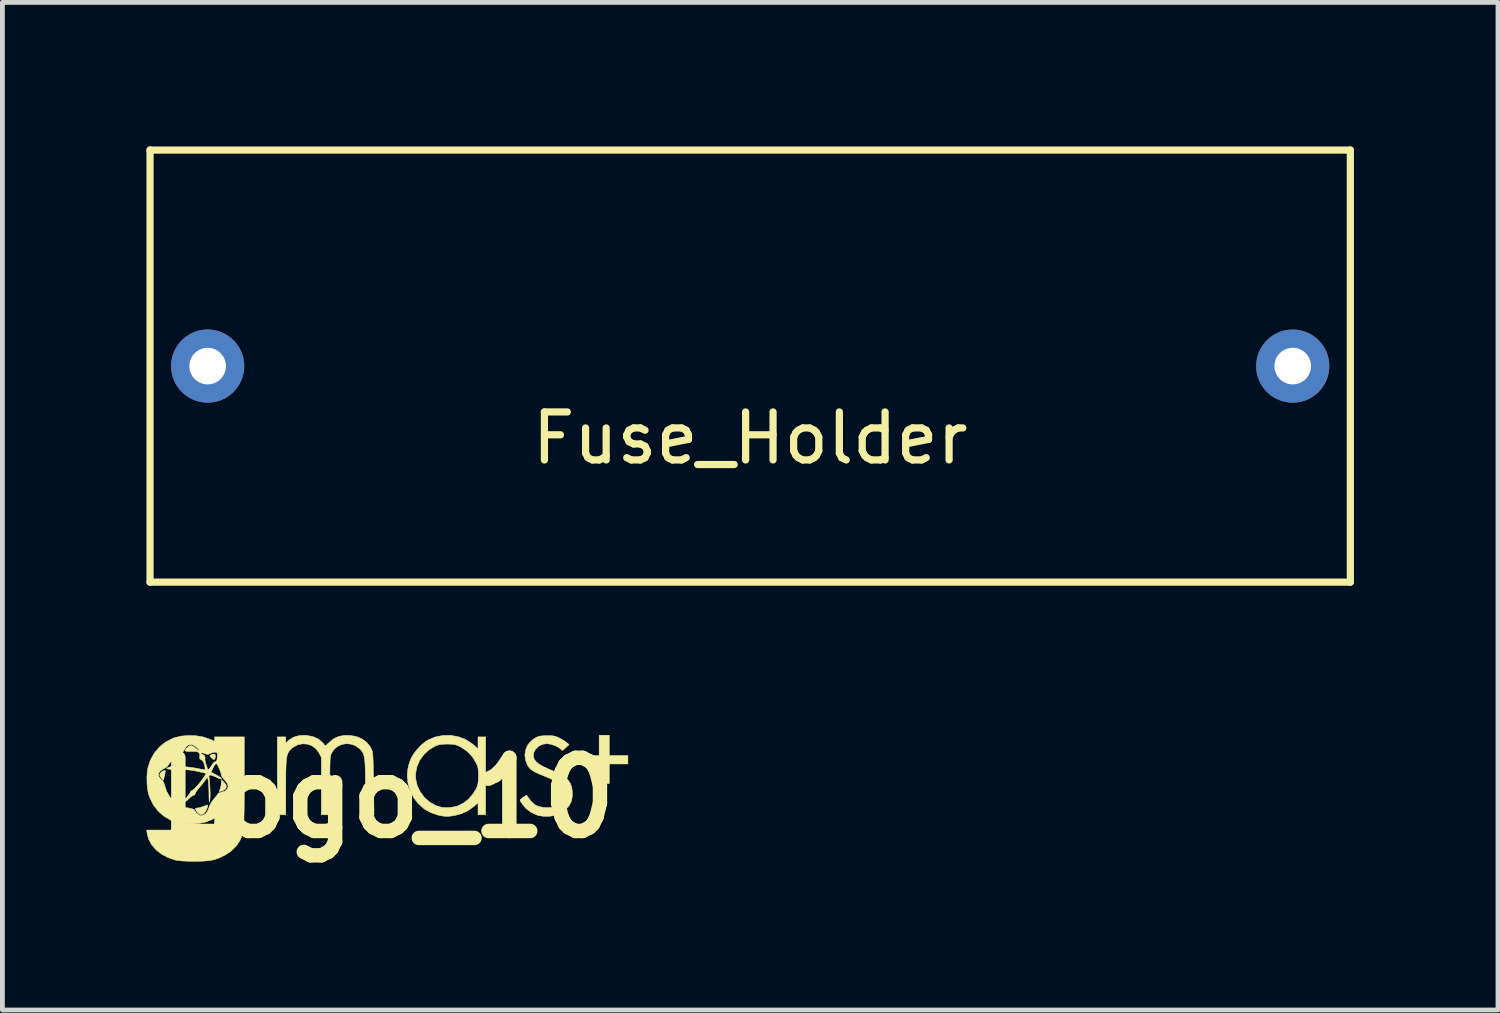
<source format=kicad_pcb>
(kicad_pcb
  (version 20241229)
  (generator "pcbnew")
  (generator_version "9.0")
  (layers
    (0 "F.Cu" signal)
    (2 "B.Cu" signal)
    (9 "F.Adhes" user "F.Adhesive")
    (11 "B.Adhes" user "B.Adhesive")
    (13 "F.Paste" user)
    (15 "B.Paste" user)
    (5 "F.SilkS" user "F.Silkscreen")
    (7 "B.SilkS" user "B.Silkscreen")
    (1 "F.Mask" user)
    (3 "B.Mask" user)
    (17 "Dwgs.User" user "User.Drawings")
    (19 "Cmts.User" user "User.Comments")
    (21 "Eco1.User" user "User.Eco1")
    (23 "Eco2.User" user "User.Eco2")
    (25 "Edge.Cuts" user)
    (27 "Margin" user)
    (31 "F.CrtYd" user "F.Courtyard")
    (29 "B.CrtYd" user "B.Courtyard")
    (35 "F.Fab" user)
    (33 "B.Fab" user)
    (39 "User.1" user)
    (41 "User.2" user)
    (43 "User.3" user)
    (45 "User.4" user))
  (footprint "Logo_10"
    (layer "F.Cu")
    (at 5.019 13.568)
    (property "Reference" "Logo_10" (at 0 0 0) (layer "F.SilkS") (effects (font (size 1.524 1.524) (thickness 0.3))))
    (attr through_hole)
    (fp_poly (pts (xy -3.589 -0.905) (xy -3.58 -0.868) (xy -3.591 -0.822) (xy -3.607 -0.798) (xy -3.628 -0.801) (xy -3.662 -0.831) (xy -3.667 -0.836) (xy -3.694 -0.866) (xy -3.696 -0.882) (xy -3.676 -0.896) (xy -3.672 -0.898) (xy -3.62 -0.915) (xy -3.589 -0.905)) (stroke (width 0.01) (type solid)) (fill yes) (layer "F.SilkS"))
    (fp_poly (pts (xy -3.404 -0.326) (xy -3.361 -0.271) (xy -3.353 -0.221) (xy -3.378 -0.179) (xy -3.437 -0.147) (xy -3.453 -0.142) (xy -3.505 -0.128) (xy -3.482 -0.192) (xy -3.466 -0.253) (xy -3.458 -0.313) (xy -3.458 -0.316) (xy -3.457 -0.377) (xy -3.404 -0.326)) (stroke (width 0.01) (type solid)) (fill yes) (layer "F.SilkS"))
    (fp_poly (pts (xy 4.621 -0.882) (xy 5.009 -0.882) (xy 5.009 -0.706) (xy 4.621 -0.706) (xy 4.621 -0.3) (xy 4.41 -0.3) (xy 4.41 -0.706) (xy 4.004 -0.706) (xy 4.004 -0.882) (xy 4.41 -0.882) (xy 4.41 -1.305) (xy 4.621 -1.305) (xy 4.621 -0.882)) (stroke (width 0.01) (type solid)) (fill yes) (layer "F.SilkS"))
    (fp_poly (pts (xy -4.626 -0.558) (xy -4.632 -0.517) (xy -4.632 -0.516) (xy -4.643 -0.46) (xy -4.654 -0.412) (xy -4.655 -0.409) (xy -4.666 -0.368) (xy -4.706 -0.41) (xy -4.733 -0.447) (xy -4.745 -0.479) (xy -4.745 -0.479) (xy -4.73 -0.514) (xy -4.692 -0.549) (xy -4.652 -0.57) (xy -4.632 -0.574) (xy -4.626 -0.558)) (stroke (width 0.01) (type solid)) (fill yes) (layer "F.SilkS"))
    (fp_poly (pts (xy -3.743 0.149) (xy -3.742 0.172) (xy -3.755 0.213) (xy -3.776 0.261) (xy -3.801 0.305) (xy -3.824 0.332) (xy -3.828 0.335) (xy -3.875 0.351) (xy -3.915 0.34) (xy -3.958 0.299) (xy -3.993 0.253) (xy -4.001 0.226) (xy -3.982 0.213) (xy -3.956 0.211) (xy -3.91 0.204) (xy -3.852 0.185) (xy -3.829 0.176) (xy -3.783 0.157) (xy -3.75 0.148) (xy -3.743 0.149)) (stroke (width 0.01) (type solid)) (fill yes) (layer "F.SilkS"))
    (fp_poly (pts (xy 1.475 -1.274) (xy 1.625 -1.217) (xy 1.76 -1.132) (xy 1.798 -1.1) (xy 1.887 -1.02) (xy 1.887 -1.27) (xy 2.046 -1.27) (xy 2.046 0.353) (xy 1.887 0.353) (xy 1.887 0.103) (xy 1.804 0.177) (xy 1.684 0.263) (xy 1.545 0.329) (xy 1.4 0.368) (xy 1.393 0.37) (xy 1.302 0.382) (xy 1.228 0.385) (xy 1.156 0.379) (xy 1.07 0.363) (xy 1.063 0.361) (xy 0.908 0.31) (xy 0.769 0.231) (xy 0.649 0.127) (xy 0.55 0.002) (xy 0.476 -0.139) (xy 0.43 -0.292) (xy 0.413 -0.454) (xy 0.417 -0.514) (xy 0.588 -0.514) (xy 0.589 -0.398) (xy 0.62 -0.258) (xy 0.682 -0.128) (xy 0.768 -0.012) (xy 0.876 0.084) (xy 0.999 0.156) (xy 1.118 0.194) (xy 1.204 0.203) (xy 1.306 0.199) (xy 1.407 0.184) (xy 1.465 0.167) (xy 1.584 0.108) (xy 1.695 0.02) (xy 1.789 -0.089) (xy 1.856 -0.204) (xy 1.876 -0.257) (xy 1.888 -0.312) (xy 1.894 -0.382) (xy 1.896 -0.459) (xy 1.895 -0.544) (xy 1.889 -0.606) (xy 1.878 -0.656) (xy 1.858 -0.707) (xy 1.849 -0.727) (xy 1.771 -0.854) (xy 1.667 -0.964) (xy 1.544 -1.05) (xy 1.519 -1.063) (xy 1.459 -1.091) (xy 1.409 -1.108) (xy 1.356 -1.117) (xy 1.288 -1.119) (xy 1.244 -1.12) (xy 1.154 -1.117) (xy 1.087 -1.109) (xy 1.031 -1.093) (xy 0.998 -1.08) (xy 0.869 -1.003) (xy 0.76 -0.903) (xy 0.675 -0.785) (xy 0.617 -0.653) (xy 0.588 -0.514) (xy 0.417 -0.514) (xy 0.423 -0.586) (xy 0.441 -0.672) (xy 0.469 -0.763) (xy 0.494 -0.826) (xy 0.548 -0.918) (xy 0.623 -1.014) (xy 0.709 -1.103) (xy 0.797 -1.175) (xy 0.844 -1.205) (xy 0.995 -1.268) (xy 1.154 -1.3) (xy 1.316 -1.302) (xy 1.475 -1.274)) (stroke (width 0.01) (type solid)) (fill yes) (layer "F.SilkS"))
    (fp_poly (pts (xy -1.682 -1.301) (xy -1.547 -1.275) (xy -1.433 -1.222) (xy -1.341 -1.141) (xy -1.296 -1.081) (xy -1.284 -1.09) (xy -1.252 -1.118) (xy -1.208 -1.159) (xy -1.203 -1.164) (xy -1.111 -1.236) (xy -1.011 -1.281) (xy -0.895 -1.302) (xy -0.782 -1.301) (xy -0.647 -1.278) (xy -0.528 -1.228) (xy -0.429 -1.154) (xy -0.354 -1.06) (xy -0.315 -0.974) (xy -0.308 -0.935) (xy -0.302 -0.863) (xy -0.297 -0.758) (xy -0.293 -0.62) (xy -0.289 -0.447) (xy -0.287 -0.278) (xy -0.279 0.353) (xy -0.459 0.353) (xy -0.459 -0.202) (xy -0.459 -0.379) (xy -0.46 -0.525) (xy -0.463 -0.644) (xy -0.468 -0.738) (xy -0.475 -0.812) (xy -0.486 -0.87) (xy -0.5 -0.916) (xy -0.518 -0.952) (xy -0.541 -0.984) (xy -0.569 -1.014) (xy -0.571 -1.017) (xy -0.658 -1.082) (xy -0.755 -1.119) (xy -0.857 -1.128) (xy -0.955 -1.111) (xy -1.045 -1.068) (xy -1.12 -1.001) (xy -1.166 -0.927) (xy -1.175 -0.905) (xy -1.182 -0.879) (xy -1.188 -0.846) (xy -1.192 -0.801) (xy -1.195 -0.74) (xy -1.197 -0.661) (xy -1.198 -0.558) (xy -1.199 -0.428) (xy -1.199 -0.266) (xy -1.199 -0.251) (xy -1.199 0.353) (xy -1.376 0.353) (xy -1.376 -0.843) (xy -1.425 -0.937) (xy -1.488 -1.023) (xy -1.571 -1.085) (xy -1.666 -1.119) (xy -1.768 -1.126) (xy -1.869 -1.105) (xy -1.964 -1.053) (xy -1.994 -1.029) (xy -2.025 -0.999) (xy -2.05 -0.969) (xy -2.071 -0.934) (xy -2.086 -0.891) (xy -2.098 -0.836) (xy -2.106 -0.765) (xy -2.111 -0.674) (xy -2.115 -0.56) (xy -2.116 -0.419) (xy -2.117 -0.247) (xy -2.117 -0.217) (xy -2.117 0.353) (xy -2.293 0.353) (xy -2.293 -1.27) (xy -2.117 -1.27) (xy -2.117 -1.142) (xy -2.049 -1.204) (xy -1.958 -1.263) (xy -1.844 -1.296) (xy -1.711 -1.303) (xy -1.682 -1.301)) (stroke (width 0.01) (type solid)) (fill yes) (layer "F.SilkS"))
    (fp_poly (pts (xy 3.407 -1.295) (xy 3.467 -1.289) (xy 3.516 -1.276) (xy 3.567 -1.254) (xy 3.581 -1.248) (xy 3.644 -1.213) (xy 3.702 -1.176) (xy 3.731 -1.155) (xy 3.784 -1.11) (xy 3.65 -0.987) (xy 3.592 -1.031) (xy 3.508 -1.081) (xy 3.412 -1.115) (xy 3.32 -1.129) (xy 3.318 -1.129) (xy 3.23 -1.115) (xy 3.152 -1.077) (xy 3.091 -1.021) (xy 3.051 -0.953) (xy 3.039 -0.878) (xy 3.042 -0.855) (xy 3.06 -0.801) (xy 3.097 -0.752) (xy 3.156 -0.704) (xy 3.241 -0.655) (xy 3.355 -0.602) (xy 3.406 -0.58) (xy 3.535 -0.523) (xy 3.635 -0.471) (xy 3.71 -0.419) (xy 3.766 -0.365) (xy 3.808 -0.305) (xy 3.814 -0.294) (xy 3.84 -0.216) (xy 3.852 -0.12) (xy 3.849 -0.02) (xy 3.832 0.069) (xy 3.829 0.077) (xy 3.785 0.161) (xy 3.715 0.242) (xy 3.628 0.31) (xy 3.591 0.331) (xy 3.495 0.365) (xy 3.382 0.383) (xy 3.263 0.385) (xy 3.152 0.369) (xy 3.11 0.356) (xy 2.985 0.297) (xy 2.88 0.215) (xy 2.792 0.104) (xy 2.763 0.058) (xy 2.769 0.035) (xy 2.805 0.003) (xy 2.825 -0.011) (xy 2.9 -0.058) (xy 2.927 -0.016) (xy 2.999 0.078) (xy 3.073 0.143) (xy 3.157 0.182) (xy 3.26 0.2) (xy 3.334 0.202) (xy 3.441 0.197) (xy 3.521 0.179) (xy 3.581 0.146) (xy 3.626 0.095) (xy 3.634 0.083) (xy 3.675 -0.014) (xy 3.68 -0.113) (xy 3.669 -0.165) (xy 3.646 -0.221) (xy 3.611 -0.269) (xy 3.558 -0.314) (xy 3.483 -0.359) (xy 3.382 -0.406) (xy 3.295 -0.442) (xy 3.182 -0.488) (xy 3.097 -0.526) (xy 3.035 -0.56) (xy 2.989 -0.592) (xy 2.955 -0.626) (xy 2.926 -0.667) (xy 2.919 -0.679) (xy 2.876 -0.784) (xy 2.863 -0.894) (xy 2.879 -1.002) (xy 2.922 -1.101) (xy 2.976 -1.167) (xy 3.044 -1.226) (xy 3.107 -1.264) (xy 3.176 -1.286) (xy 3.263 -1.295) (xy 3.325 -1.296) (xy 3.407 -1.295)) (stroke (width 0.01) (type solid)) (fill yes) (layer "F.SilkS"))
    (fp_poly (pts (xy -3.986 -1.294) (xy -3.837 -1.269) (xy -3.707 -1.225) (xy -3.706 -1.225) (xy -3.655 -1.202) (xy -3.618 -1.186) (xy -3.605 -1.182) (xy -3.6 -1.197) (xy -3.598 -1.226) (xy -3.598 -1.27) (xy -2.981 -1.27) (xy -2.981 -0.348) (xy -2.981 -0.127) (xy -2.982 0.062) (xy -2.983 0.222) (xy -2.986 0.357) (xy -2.989 0.468) (xy -2.994 0.56) (xy -3 0.635) (xy -3.009 0.697) (xy -3.019 0.749) (xy -3.032 0.794) (xy -3.047 0.834) (xy -3.065 0.874) (xy -3.075 0.895) (xy -3.15 1.005) (xy -3.252 1.105) (xy -3.378 1.191) (xy -3.52 1.259) (xy -3.635 1.294) (xy -3.711 1.307) (xy -3.812 1.316) (xy -3.93 1.321) (xy -4.056 1.322) (xy -4.179 1.319) (xy -4.29 1.313) (xy -4.381 1.302) (xy -4.417 1.295) (xy -4.568 1.245) (xy -4.703 1.173) (xy -4.818 1.083) (xy -4.909 0.979) (xy -4.972 0.864) (xy -5.003 0.75) (xy -5.014 0.67) (xy -4.361 0.67) (xy -4.331 0.716) (xy -4.28 0.765) (xy -4.203 0.802) (xy -4.11 0.827) (xy -4.007 0.837) (xy -3.904 0.832) (xy -3.809 0.811) (xy -3.765 0.793) (xy -3.694 0.746) (xy -3.645 0.683) (xy -3.615 0.597) (xy -3.603 0.519) (xy -3.593 0.42) (xy -3.668 0.458) (xy -3.78 0.501) (xy -3.915 0.53) (xy -4.06 0.544) (xy -4.206 0.542) (xy -4.342 0.523) (xy -4.353 0.52) (xy -4.513 0.465) (xy -4.657 0.38) (xy -4.781 0.269) (xy -4.882 0.135) (xy -4.955 -0.018) (xy -4.977 -0.084) (xy -4.997 -0.187) (xy -5.007 -0.31) (xy -5.009 -0.438) (xy -5.007 -0.459) (xy -4.768 -0.459) (xy -4.736 -0.408) (xy -4.708 -0.384) (xy -4.669 -0.341) (xy -4.643 -0.276) (xy -4.64 -0.259) (xy -4.598 -0.136) (xy -4.532 -0.021) (xy -4.45 0.07) (xy -4.409 0.108) (xy -4.382 0.136) (xy -4.374 0.146) (xy -4.389 0.159) (xy -4.421 0.165) (xy -4.453 0.162) (xy -4.466 0.154) (xy -4.477 0.147) (xy -4.48 0.166) (xy -4.476 0.185) (xy -4.458 0.193) (xy -4.417 0.19) (xy -4.399 0.188) (xy -4.352 0.186) (xy -4.289 0.19) (xy -4.217 0.199) (xy -4.146 0.21) (xy -4.085 0.223) (xy -4.04 0.236) (xy -4.022 0.248) (xy -4.022 0.248) (xy -4.011 0.269) (xy -3.985 0.305) (xy -3.976 0.316) (xy -3.921 0.36) (xy -3.862 0.37) (xy -3.804 0.346) (xy -3.784 0.328) (xy -3.754 0.287) (xy -3.726 0.228) (xy -3.715 0.195) (xy -3.672 0.1) (xy -3.608 0.015) (xy -3.567 -0.032) (xy -3.539 -0.07) (xy -3.528 -0.089) (xy -3.512 -0.102) (xy -3.474 -0.114) (xy -3.466 -0.116) (xy -3.385 -0.142) (xy -3.336 -0.184) (xy -3.318 -0.237) (xy -3.333 -0.299) (xy -3.383 -0.364) (xy -3.387 -0.368) (xy -3.426 -0.411) (xy -3.451 -0.448) (xy -3.457 -0.465) (xy -3.464 -0.503) (xy -3.482 -0.558) (xy -3.506 -0.618) (xy -3.53 -0.67) (xy -3.551 -0.703) (xy -3.554 -0.705) (xy -3.571 -0.712) (xy -3.589 -0.697) (xy -3.614 -0.656) (xy -3.624 -0.637) (xy -3.648 -0.587) (xy -3.665 -0.551) (xy -3.669 -0.539) (xy -3.654 -0.527) (xy -3.616 -0.504) (xy -3.563 -0.476) (xy -3.563 -0.476) (xy -3.51 -0.447) (xy -3.472 -0.421) (xy -3.457 -0.405) (xy -3.459 -0.393) (xy -3.467 -0.39) (xy -3.491 -0.398) (xy -3.536 -0.418) (xy -3.566 -0.432) (xy -3.64 -0.464) (xy -3.688 -0.476) (xy -3.713 -0.468) (xy -3.718 -0.442) (xy -3.715 -0.428) (xy -3.707 -0.37) (xy -3.7 -0.291) (xy -3.695 -0.2) (xy -3.692 -0.109) (xy -3.692 -0.026) (xy -3.696 0.037) (xy -3.699 0.062) (xy -3.706 0.084) (xy -3.71 0.081) (xy -3.714 0.052) (xy -3.716 -0.008) (xy -3.717 -0.097) (xy -3.719 -0.188) (xy -3.723 -0.271) (xy -3.729 -0.337) (xy -3.735 -0.376) (xy -3.735 -0.378) (xy -3.75 -0.43) (xy -3.79 -0.374) (xy -3.822 -0.332) (xy -3.867 -0.275) (xy -3.916 -0.217) (xy -3.917 -0.216) (xy -3.959 -0.163) (xy -3.99 -0.117) (xy -4.004 -0.086) (xy -4.004 -0.084) (xy -4.018 -0.058) (xy -4.036 -0.053) (xy -4.068 -0.041) (xy -4.107 -0.01) (xy -4.12 0.002) (xy -4.167 0.046) (xy -4.223 0.091) (xy -4.277 0.128) (xy -4.322 0.153) (xy -4.342 0.159) (xy -4.344 0.149) (xy -4.322 0.126) (xy -4.304 0.11) (xy -4.241 0.056) (xy -4.184 -0.003) (xy -4.138 -0.059) (xy -4.112 -0.104) (xy -4.109 -0.112) (xy -4.088 -0.144) (xy -4.065 -0.155) (xy -4.039 -0.172) (xy -3.999 -0.21) (xy -3.949 -0.265) (xy -3.897 -0.329) (xy -3.846 -0.396) (xy -3.808 -0.453) (xy -3.773 -0.508) (xy -3.937 -0.548) (xy -4.023 -0.566) (xy -4.108 -0.579) (xy -4.203 -0.586) (xy -4.319 -0.589) (xy -4.352 -0.589) (xy -4.465 -0.592) (xy -4.543 -0.597) (xy -4.588 -0.604) (xy -4.598 -0.615) (xy -4.575 -0.63) (xy -4.541 -0.641) (xy -4.492 -0.658) (xy -4.458 -0.672) (xy -4.414 -0.686) (xy -4.373 -0.685) (xy -4.35 -0.673) (xy -4.329 -0.665) (xy -4.282 -0.656) (xy -4.218 -0.649) (xy -4.201 -0.647) (xy -4.111 -0.637) (xy -4.012 -0.623) (xy -3.934 -0.608) (xy -3.872 -0.595) (xy -3.824 -0.588) (xy -3.799 -0.588) (xy -3.798 -0.588) (xy -3.796 -0.609) (xy -3.802 -0.653) (xy -3.809 -0.685) (xy -3.829 -0.745) (xy -3.856 -0.78) (xy -3.875 -0.792) (xy -3.907 -0.813) (xy -3.913 -0.844) (xy -3.91 -0.864) (xy -3.908 -0.913) (xy -3.92 -0.933) (xy -3.881 -0.933) (xy -3.866 -0.914) (xy -3.846 -0.905) (xy -3.814 -0.883) (xy -3.796 -0.847) (xy -3.8 -0.814) (xy -3.8 -0.789) (xy -3.791 -0.744) (xy -3.782 -0.712) (xy -3.764 -0.658) (xy -3.751 -0.616) (xy -3.747 -0.603) (xy -3.734 -0.588) (xy -3.711 -0.602) (xy -3.679 -0.647) (xy -3.658 -0.681) (xy -3.624 -0.73) (xy -3.596 -0.751) (xy -3.587 -0.751) (xy -3.567 -0.759) (xy -3.551 -0.794) (xy -3.542 -0.848) (xy -3.542 -0.913) (xy -3.543 -0.922) (xy -3.56 -0.946) (xy -3.599 -0.952) (xy -3.653 -0.94) (xy -3.689 -0.925) (xy -3.727 -0.908) (xy -3.76 -0.907) (xy -3.805 -0.922) (xy -3.812 -0.925) (xy -3.859 -0.94) (xy -3.88 -0.936) (xy -3.881 -0.933) (xy -3.92 -0.933) (xy -3.927 -0.945) (xy -3.971 -0.963) (xy -4.044 -0.968) (xy -4.086 -0.967) (xy -4.16 -0.966) (xy -4.201 -0.972) (xy -4.213 -0.988) (xy -4.199 -1.016) (xy -4.172 -1.047) (xy -4.128 -1.083) (xy -4.083 -1.09) (xy -4.032 -1.067) (xy -3.986 -1.03) (xy -3.948 -0.998) (xy -3.922 -0.982) (xy -3.916 -0.984) (xy -3.93 -1.011) (xy -3.965 -1.045) (xy -4.01 -1.079) (xy -4.055 -1.103) (xy -4.085 -1.111) (xy -4.145 -1.101) (xy -4.19 -1.066) (xy -4.223 -1.009) (xy -4.27 -0.941) (xy -4.315 -0.911) (xy -4.364 -0.881) (xy -4.42 -0.837) (xy -4.477 -0.787) (xy -4.524 -0.738) (xy -4.555 -0.697) (xy -4.56 -0.686) (xy -4.581 -0.659) (xy -4.624 -0.627) (xy -4.659 -0.607) (xy -4.729 -0.561) (xy -4.765 -0.511) (xy -4.768 -0.459) (xy -5.007 -0.459) (xy -5 -0.559) (xy -4.99 -0.621) (xy -4.939 -0.781) (xy -4.859 -0.927) (xy -4.752 -1.055) (xy -4.624 -1.16) (xy -4.477 -1.237) (xy -4.437 -1.252) (xy -4.297 -1.286) (xy -4.144 -1.3) (xy -3.986 -1.294)) (stroke (width 0.01) (type solid)) (fill yes) (layer "F.SilkS")))
  (footprint "Fuse_Holder"
    (layer "F.Cu")
    (at 12.575 4.575)
    (property "Reference" "Fuse_Holder" (at 0 1.5 0) (layer "F.SilkS") (effects (font (size 1 1) (thickness 0.15))))
    (attr through_hole)
    (fp_line (start -12.5 -4.5) (end -12.5 4.5) (stroke (width 0.15) (type solid)) (layer "F.SilkS"))
    (fp_line (start -12.5 -4.5) (end 12.5 -4.5) (stroke (width 0.15) (type solid)) (layer "F.SilkS"))
    (fp_line (start 12.5 -4.5) (end 12.5 4.5) (stroke (width 0.15) (type solid)) (layer "F.SilkS"))
    (fp_line (start 12.5 4.5) (end -12.5 4.5) (stroke (width 0.15) (type solid)) (layer "F.SilkS"))
    (pad "1" thru_hole circle (at -11.3 0) (size 1.524 1.524) (drill 0.762) (layers "*.Cu" "*.Mask"))
    (pad "2" thru_hole circle (at 11.3 0) (size 1.524 1.524) (drill 0.762) (layers "*.Cu" "*.Mask")))
  (gr_rect
    (start -3 -3)
    (end 28.15 17.986)
    (stroke (width 0.1) (type default))
    (fill no)
    (layer "Edge.Cuts")))
</source>
